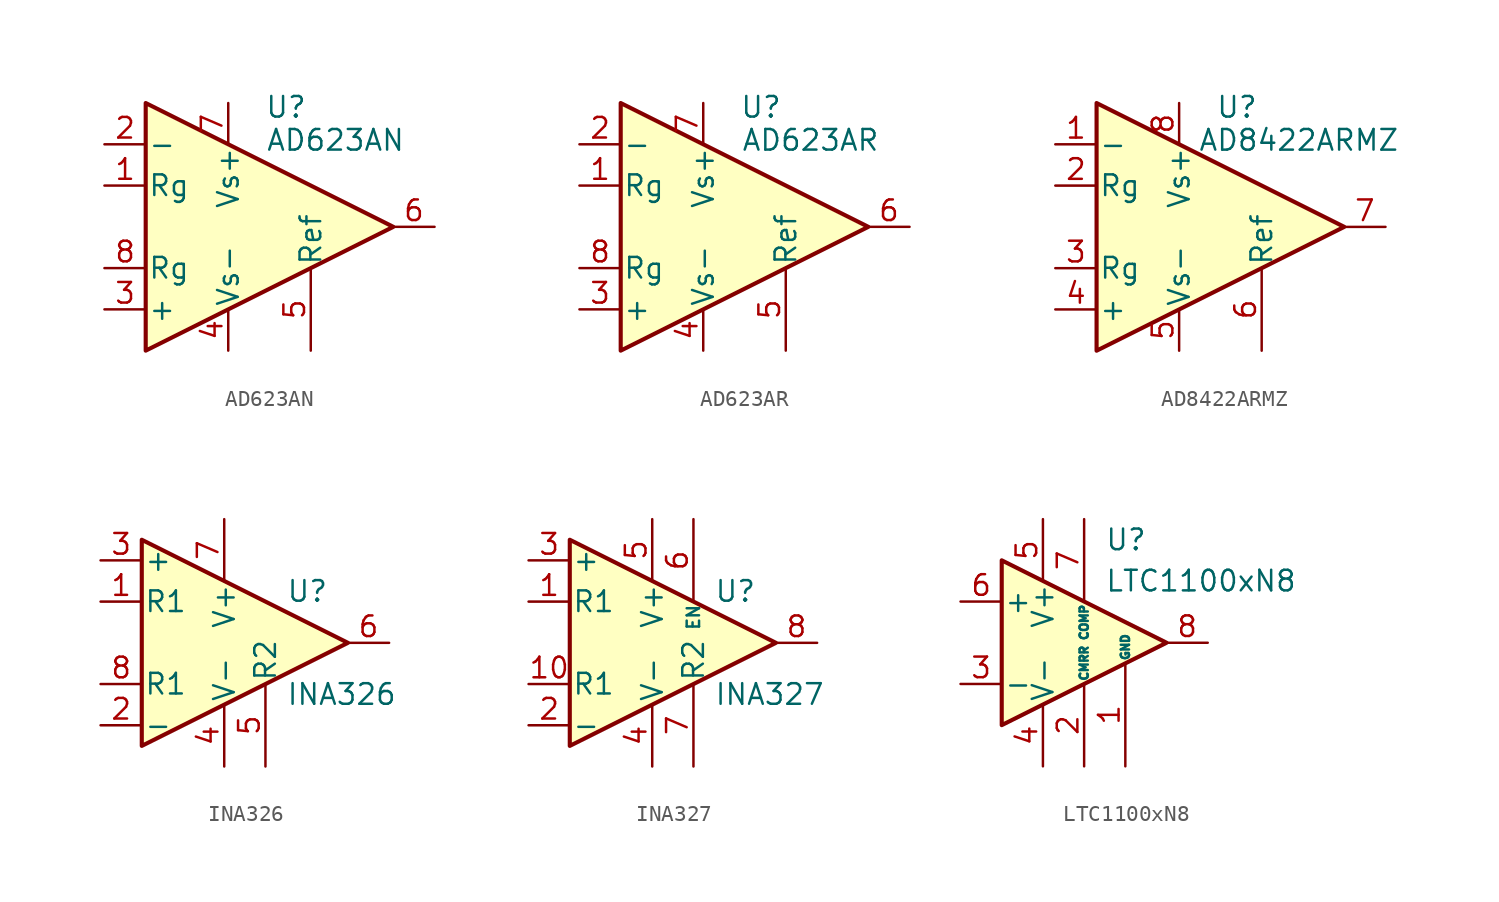
<source format=kicad_sym>
(kicad_symbol_lib
  (version 20220914)
  (generator kicad_symbol_editor)
  (symbol "AD623AN"
    (pin_names
      (offset 0.127))
    (property "Reference" "U"
      (at 3.556 7.366 0)
      (effects (font (size 1.27 1.27))))
    (property "Value" "AD623AN"
      (at 6.604 5.334 0)
      (effects (font (size 1.27 1.27))))
    (symbol "AD623AN_0_1"
      (polyline (pts (xy -5.08 7.62) (xy -5.08 -7.62) (xy 10.16 0) (xy -5.08 7.62)) (stroke (width 0.254) (type default)) (fill (type background))))
    (symbol "AD623AN_1_1"
      (pin passive line (at -7.62 2.54 0) (length 2.54) (name "Rg" (effects (font (size 1.27 1.27)))) (number "1" (effects (font (size 1.27 1.27)))))
      (pin input line (at -7.62 5.08 0) (length 2.54) (name "-" (effects (font (size 1.27 1.27)))) (number "2" (effects (font (size 1.27 1.27)))))
      (pin input line (at -7.62 -5.08 0) (length 2.54) (name "+" (effects (font (size 1.27 1.27)))) (number "3" (effects (font (size 1.27 1.27)))))
      (pin power_in line (at 0 -7.62 90) (length 2.54) (name "Vs-" (effects (font (size 1.27 1.27)))) (number "4" (effects (font (size 1.27 1.27)))))
      (pin passive line (at 5.08 -7.62 90) (length 5.08) (name "Ref" (effects (font (size 1.27 1.27)))) (number "5" (effects (font (size 1.27 1.27)))))
      (pin output line (at 12.7 0 180) (length 2.54) (name "~" (effects (font (size 1.27 1.27)))) (number "6" (effects (font (size 1.27 1.27)))))
      (pin power_in line (at 0 7.62 270) (length 2.54) (name "Vs+" (effects (font (size 1.27 1.27)))) (number "7" (effects (font (size 1.27 1.27)))))
      (pin passive line (at -7.62 -2.54 0) (length 2.54) (name "Rg" (effects (font (size 1.27 1.27)))) (number "8" (effects (font (size 1.27 1.27)))))))
  (symbol "AD623AR"
    (pin_names
      (offset 0.127))
    (property "Reference" "U"
      (at 3.556 7.366 0)
      (effects (font (size 1.27 1.27))))
    (property "Value" "AD623AR"
      (at 6.604 5.334 0)
      (effects (font (size 1.27 1.27))))
    (symbol "AD623AR_0_1"
      (polyline (pts (xy -5.08 7.62) (xy -5.08 -7.62) (xy 10.16 0) (xy -5.08 7.62)) (stroke (width 0.254) (type default)) (fill (type background))))
    (symbol "AD623AR_1_1"
      (pin passive line (at -7.62 2.54 0) (length 2.54) (name "Rg" (effects (font (size 1.27 1.27)))) (number "1" (effects (font (size 1.27 1.27)))))
      (pin input line (at -7.62 5.08 0) (length 2.54) (name "-" (effects (font (size 1.27 1.27)))) (number "2" (effects (font (size 1.27 1.27)))))
      (pin input line (at -7.62 -5.08 0) (length 2.54) (name "+" (effects (font (size 1.27 1.27)))) (number "3" (effects (font (size 1.27 1.27)))))
      (pin power_in line (at 0 -7.62 90) (length 2.54) (name "Vs-" (effects (font (size 1.27 1.27)))) (number "4" (effects (font (size 1.27 1.27)))))
      (pin passive line (at 5.08 -7.62 90) (length 5.08) (name "Ref" (effects (font (size 1.27 1.27)))) (number "5" (effects (font (size 1.27 1.27)))))
      (pin output line (at 12.7 0 180) (length 2.54) (name "~" (effects (font (size 1.27 1.27)))) (number "6" (effects (font (size 1.27 1.27)))))
      (pin power_in line (at 0 7.62 270) (length 2.54) (name "Vs+" (effects (font (size 1.27 1.27)))) (number "7" (effects (font (size 1.27 1.27)))))
      (pin passive line (at -7.62 -2.54 0) (length 2.54) (name "Rg" (effects (font (size 1.27 1.27)))) (number "8" (effects (font (size 1.27 1.27)))))))
  (symbol "AD8422ARMZ"
    (pin_names
      (offset 0.127))
    (property "Reference" "U"
      (at 3.556 7.366 0)
      (effects (font (size 1.27 1.27))))
    (property "Value" "AD8422ARMZ"
      (at 7.366 5.334 0)
      (effects (font (size 1.27 1.27))))
    (symbol "AD8422ARMZ_0_1"
      (polyline (pts (xy -5.08 7.62) (xy -5.08 -7.62) (xy 10.16 0) (xy -5.08 7.62)) (stroke (width 0.254) (type default)) (fill (type background))))
    (symbol "AD8422ARMZ_1_1"
      (pin input line (at -7.62 5.08 0) (length 2.54) (name "-" (effects (font (size 1.27 1.27)))) (number "1" (effects (font (size 1.27 1.27)))))
      (pin passive line (at -7.62 2.54 0) (length 2.54) (name "Rg" (effects (font (size 1.27 1.27)))) (number "2" (effects (font (size 1.27 1.27)))))
      (pin passive line (at -7.62 -2.54 0) (length 2.54) (name "Rg" (effects (font (size 1.27 1.27)))) (number "3" (effects (font (size 1.27 1.27)))))
      (pin input line (at -7.62 -5.08 0) (length 2.54) (name "+" (effects (font (size 1.27 1.27)))) (number "4" (effects (font (size 1.27 1.27)))))
      (pin power_in line (at 0 -7.62 90) (length 2.54) (name "Vs-" (effects (font (size 1.27 1.27)))) (number "5" (effects (font (size 1.27 1.27)))))
      (pin passive line (at 5.08 -7.62 90) (length 5.08) (name "Ref" (effects (font (size 1.27 1.27)))) (number "6" (effects (font (size 1.27 1.27)))))
      (pin output line (at 12.7 0 180) (length 2.54) (name "~" (effects (font (size 1.27 1.27)))) (number "7" (effects (font (size 1.27 1.27)))))
      (pin power_in line (at 0 7.62 270) (length 2.54) (name "Vs+" (effects (font (size 1.27 1.27)))) (number "8" (effects (font (size 1.27 1.27)))))))
  (symbol "INA326"
    (pin_names
      (offset 0.127))
    (property "Reference" "U"
      (at 3.81 3.175 0)
      (effects (font (size 1.27 1.27)) (justify left)))
    (property "Value" "INA326"
      (at 3.81 -3.175 0)
      (effects (font (size 1.27 1.27)) (justify left)))
    (symbol "INA326_0_1"
      (polyline (pts (xy 7.62 0) (xy -5.08 6.35) (xy -5.08 -6.35) (xy 7.62 0)) (stroke (width 0.254) (type default)) (fill (type background))))
    (symbol "INA326_1_1"
      (pin passive line (at -7.62 2.54 0) (length 2.54) (name "R1" (effects (font (size 1.27 1.27)))) (number "1" (effects (font (size 1.27 1.27)))))
      (pin input line (at -7.62 -5.08 0) (length 2.54) (name "-" (effects (font (size 1.27 1.27)))) (number "2" (effects (font (size 1.27 1.27)))))
      (pin input line (at -7.62 5.08 0) (length 2.54) (name "+" (effects (font (size 1.27 1.27)))) (number "3" (effects (font (size 1.27 1.27)))))
      (pin power_in line (at 0 -7.62 90) (length 3.81) (name "V-" (effects (font (size 1.27 1.27)))) (number "4" (effects (font (size 1.27 1.27)))))
      (pin input line (at 2.54 -7.62 90) (length 5.08) (name "R2" (effects (font (size 1.27 1.27)))) (number "5" (effects (font (size 1.27 1.27)))))
      (pin output line (at 10.16 0 180) (length 2.54) (name "~" (effects (font (size 1.27 1.27)))) (number "6" (effects (font (size 1.27 1.27)))))
      (pin power_in line (at 0 7.62 270) (length 3.81) (name "V+" (effects (font (size 1.27 1.27)))) (number "7" (effects (font (size 1.27 1.27)))))
      (pin passive line (at -7.62 -2.54 0) (length 2.54) (name "R1" (effects (font (size 1.27 1.27)))) (number "8" (effects (font (size 1.27 1.27)))))))
  (symbol "INA327"
    (pin_names
      (offset 0.127))
    (property "Reference" "U"
      (at 3.81 3.175 0)
      (effects (font (size 1.27 1.27)) (justify left)))
    (property "Value" "INA327"
      (at 3.81 -3.175 0)
      (effects (font (size 1.27 1.27)) (justify left)))
    (symbol "INA327_0_1"
      (polyline (pts (xy 7.62 0) (xy -5.08 6.35) (xy -5.08 -6.35) (xy 7.62 0)) (stroke (width 0.254) (type default)) (fill (type background))))
    (symbol "INA327_1_1"
      (pin passive line (at -7.62 2.54 0) (length 2.54) (name "R1" (effects (font (size 1.27 1.27)))) (number "1" (effects (font (size 1.27 1.27)))))
      (pin passive line (at -7.62 -2.54 0) (length 2.54) (name "R1" (effects (font (size 1.27 1.27)))) (number "10" (effects (font (size 1.27 1.27)))))
      (pin input line (at -7.62 -5.08 0) (length 2.54) (name "-" (effects (font (size 1.27 1.27)))) (number "2" (effects (font (size 1.27 1.27)))))
      (pin input line (at -7.62 5.08 0) (length 2.54) (name "+" (effects (font (size 1.27 1.27)))) (number "3" (effects (font (size 1.27 1.27)))))
      (pin power_in line (at 0 -7.62 90) (length 3.81) (name "V-" (effects (font (size 1.27 1.27)))) (number "4" (effects (font (size 1.27 1.27)))))
      (pin power_in line (at 0 7.62 270) (length 3.81) (name "V+" (effects (font (size 1.27 1.27)))) (number "5" (effects (font (size 1.27 1.27)))))
      (pin input line (at 2.54 7.62 270) (length 5.08) (name "EN" (effects (font (size 0.762 0.762)))) (number "6" (effects (font (size 1.27 1.27)))))
      (pin input line (at 2.54 -7.62 90) (length 5.08) (name "R2" (effects (font (size 1.27 1.27)))) (number "7" (effects (font (size 1.27 1.27)))))
      (pin output line (at 10.16 0 180) (length 2.54) (name "~" (effects (font (size 1.27 1.27)))) (number "8" (effects (font (size 1.27 1.27)))))
      (pin passive line (at 0 7.62 270) (length 3.81) hide (name "V+" (effects (font (size 1.27 1.27)))) (number "9" (effects (font (size 1.27 1.27)))))))
  (symbol "LTC1100xN8"
    (pin_names
      (offset 0.127))
    (property "Reference" "U"
      (at 1.27 6.35 0)
      (effects (font (size 1.27 1.27)) (justify left)))
    (property "Value" "LTC1100xN8"
      (at 1.27 3.81 0)
      (effects (font (size 1.27 1.27)) (justify left)))
    (symbol "LTC1100xN8_0_1"
      (polyline (pts (xy -5.08 5.08) (xy 5.08 0) (xy -5.08 -5.08) (xy -5.08 5.08)) (stroke (width 0.254) (type default)) (fill (type background))))
    (symbol "LTC1100xN8_1_1"
      (pin input line (at 2.54 -7.62 90) (length 6.35) (name "GND" (effects (font (size 0.508 0.508)))) (number "1" (effects (font (size 1.27 1.27)))))
      (pin input line (at 0 -7.62 90) (length 5.08) (name "CMRR" (effects (font (size 0.508 0.508)))) (number "2" (effects (font (size 1.27 1.27)))))
      (pin input line (at -7.62 -2.54 0) (length 2.54) (name "-" (effects (font (size 1.27 1.27)))) (number "3" (effects (font (size 1.27 1.27)))))
      (pin power_in line (at -2.54 -7.62 90) (length 3.81) (name "V-" (effects (font (size 1.27 1.27)))) (number "4" (effects (font (size 1.27 1.27)))))
      (pin power_in line (at -2.54 7.62 270) (length 3.81) (name "V+" (effects (font (size 1.27 1.27)))) (number "5" (effects (font (size 1.27 1.27)))))
      (pin input line (at -7.62 2.54 0) (length 2.54) (name "+" (effects (font (size 1.27 1.27)))) (number "6" (effects (font (size 1.27 1.27)))))
      (pin input line (at 0 7.62 270) (length 5.08) (name "COMP" (effects (font (size 0.508 0.508)))) (number "7" (effects (font (size 1.27 1.27)))))
      (pin output line (at 7.62 0 180) (length 2.54) (name "~" (effects (font (size 1.27 1.27)))) (number "8" (effects (font (size 1.27 1.27))))))))
</source>
